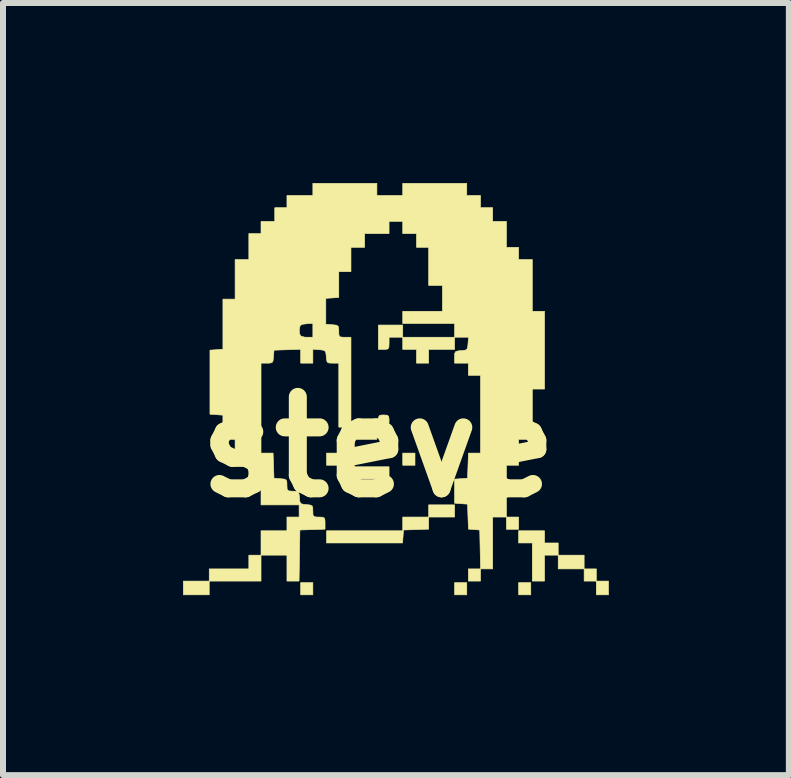
<source format=kicad_pcb>
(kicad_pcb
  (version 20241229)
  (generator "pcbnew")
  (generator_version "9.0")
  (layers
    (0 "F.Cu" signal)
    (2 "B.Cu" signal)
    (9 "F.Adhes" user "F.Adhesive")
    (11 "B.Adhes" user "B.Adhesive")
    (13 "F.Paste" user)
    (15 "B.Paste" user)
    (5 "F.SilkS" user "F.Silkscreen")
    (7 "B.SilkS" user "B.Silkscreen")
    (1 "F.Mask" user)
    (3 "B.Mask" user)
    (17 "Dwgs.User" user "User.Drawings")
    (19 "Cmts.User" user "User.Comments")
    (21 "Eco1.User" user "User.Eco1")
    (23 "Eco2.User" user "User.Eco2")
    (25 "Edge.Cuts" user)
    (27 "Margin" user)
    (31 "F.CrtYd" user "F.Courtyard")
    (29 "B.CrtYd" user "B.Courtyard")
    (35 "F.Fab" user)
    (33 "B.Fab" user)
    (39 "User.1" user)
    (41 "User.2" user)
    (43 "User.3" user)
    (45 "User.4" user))
  (footprint "steve"
    (layer "F.Cu")
    (at 3.256 4.399)
    (property "Reference" "steve" (at 0 0 0) (layer "F.SilkS") (effects (font (size 1.524 1.524) (thickness 0.3))))
    (attr through_hole)
    (fp_poly (pts (xy -2.819 2.464) (xy -3.251 2.464) (xy -3.251 2.235) (xy -2.819 2.235) (xy -2.819 2.464)) (stroke (width 0.01) (type solid)) (fill yes) (layer "F.SilkS"))
    (fp_poly (pts (xy -1.092 2.464) (xy -1.295 2.464) (xy -1.295 2.261) (xy -1.092 2.261) (xy -1.092 2.464)) (stroke (width 0.01) (type solid)) (fill yes) (layer "F.SilkS"))
    (fp_poly (pts (xy -0.66 0.305) (xy -0.864 0.305) (xy -0.864 0.102) (xy -0.66 0.102) (xy -0.66 0.305)) (stroke (width 0.01) (type solid)) (fill yes) (layer "F.SilkS"))
    (fp_poly (pts (xy -0.025 -0.127) (xy -0.432 -0.127) (xy -0.432 -0.33) (xy -0.025 -0.33) (xy -0.025 -0.127)) (stroke (width 0.01) (type solid)) (fill yes) (layer "F.SilkS"))
    (fp_poly (pts (xy 0.178 0.533) (xy -0.66 0.533) (xy -0.66 0.33) (xy 0.178 0.33) (xy 0.178 0.533)) (stroke (width 0.01) (type solid)) (fill yes) (layer "F.SilkS"))
    (fp_poly (pts (xy 0.61 0.305) (xy 0.406 0.305) (xy 0.406 0.102) (xy 0.61 0.102) (xy 0.61 0.305)) (stroke (width 0.01) (type solid)) (fill yes) (layer "F.SilkS"))
    (fp_poly (pts (xy 0.838 0.965) (xy 1.27 0.965) (xy 1.27 1.168) (xy 0.838 1.168) (xy 0.838 0.965)) (stroke (width 0.01) (type solid)) (fill yes) (layer "F.SilkS"))
    (fp_poly (pts (xy 1.473 2.464) (xy 1.27 2.464) (xy 1.27 2.261) (xy 1.473 2.261) (xy 1.473 2.464)) (stroke (width 0.01) (type solid)) (fill yes) (layer "F.SilkS"))
    (fp_poly (pts (xy 1.702 2.235) (xy 1.499 2.235) (xy 1.499 2.032) (xy 1.702 2.032) (xy 1.702 2.235)) (stroke (width 0.01) (type solid)) (fill yes) (layer "F.SilkS"))
    (fp_poly (pts (xy 2.337 1.372) (xy 2.134 1.372) (xy 2.134 1.168) (xy 2.337 1.168) (xy 2.337 1.372)) (stroke (width 0.01) (type solid)) (fill yes) (layer "F.SilkS"))
    (fp_poly (pts (xy 2.54 2.464) (xy 2.337 2.464) (xy 2.337 2.261) (xy 2.54 2.261) (xy 2.54 2.464)) (stroke (width 0.01) (type solid)) (fill yes) (layer "F.SilkS"))
    (fp_poly (pts (xy 2.997 2.032) (xy 2.997 1.803) (xy 3.429 1.803) (xy 3.429 2.032) (xy 2.997 2.032)) (stroke (width 0.01) (type solid)) (fill yes) (layer "F.SilkS"))
    (fp_poly (pts (xy 3.429 2.235) (xy 3.429 2.032) (xy 3.632 2.032) (xy 3.632 2.235) (xy 3.429 2.235)) (stroke (width 0.01) (type solid)) (fill yes) (layer "F.SilkS"))
    (fp_poly (pts (xy 3.835 2.235) (xy 3.835 2.464) (xy 3.632 2.464) (xy 3.632 2.235) (xy 3.835 2.235)) (stroke (width 0.01) (type solid)) (fill yes) (layer "F.SilkS"))
    (fp_poly (pts (xy -2.819 2.032) (xy -2.159 2.032) (xy -2.159 1.803) (xy -1.956 1.803) (xy -1.956 2.235) (xy -2.819 2.235) (xy -2.819 2.032)) (stroke (width 0.01) (type solid)) (fill yes) (layer "F.SilkS"))
    (fp_poly (pts (xy 1.27 -1.829) (xy 1.27 -1.626) (xy 0.838 -1.626) (xy 0.838 -1.397) (xy 0.635 -1.397) (xy 0.635 -1.626) (xy 0.406 -1.626) (xy 0.406 -1.829) (xy 1.27 -1.829)) (stroke (width 0.01) (type solid)) (fill yes) (layer "F.SilkS"))
    (fp_poly (pts (xy 0.178 -1.829) (xy 0.178 -1.727) (xy 0.175 -1.662) (xy 0.158 -1.633) (xy 0.115 -1.626) (xy 0.089 -1.626) (xy 0 -1.626) (xy 0 -2.032) (xy 0.406 -2.032) (xy 0.406 -1.829) (xy 0.178 -1.829)) (stroke (width 0.01) (type solid)) (fill yes) (layer "F.SilkS"))
    (fp_poly (pts (xy 0.838 1.37) (xy 0.629 1.377) (xy 0.419 1.384) (xy 0.411 1.492) (xy 0.403 1.6) (xy -0.864 1.6) (xy -0.864 1.397) (xy 0.406 1.397) (xy 0.406 1.168) (xy 0.838 1.168) (xy 0.838 1.37)) (stroke (width 0.01) (type solid)) (fill yes) (layer "F.SilkS"))
    (fp_poly (pts (xy 2.769 1.6) (xy 2.997 1.6) (xy 2.997 1.803) (xy 2.769 1.803) (xy 2.769 2.235) (xy 2.565 2.235) (xy 2.565 1.6) (xy 2.337 1.6) (xy 2.337 1.397) (xy 2.769 1.397) (xy 2.769 1.6)) (stroke (width 0.01) (type solid)) (fill yes) (layer "F.SilkS"))
    (fp_poly (pts (xy 0.146 -0.53) (xy 0.171 -0.511) (xy 0.178 -0.462) (xy 0.178 -0.432) (xy 0.175 -0.367) (xy 0.158 -0.338) (xy 0.115 -0.33) (xy 0.089 -0.33) (xy 0.032 -0.333) (xy 0.007 -0.352) (xy 0.000198 -0.402) (xy 0 -0.432) (xy 0.003 -0.497) (xy 0.019 -0.526) (xy 0.063 -0.533) (xy 0.089 -0.533) (xy 0.146 -0.53)) (stroke (width 0.01) (type solid)) (fill yes) (layer "F.SilkS"))
    (fp_poly (pts (xy 1.27 -2.057) (xy 0.406 -2.057) (xy 0.406 -2.261) (xy 1.067 -2.261) (xy 1.067 -2.692) (xy 0.838 -2.692) (xy 0.838 -3.327) (xy 0.635 -3.327) (xy 0.635 -3.556) (xy 0.406 -3.556) (xy 0.406 -3.759) (xy 0.178 -3.759) (xy 0.178 -3.556) (xy -0.229 -3.556) (xy -0.229 -3.327) (xy -0.457 -3.327) (xy -0.457 -2.921) (xy -0.66 -2.921) (xy -0.66 -2.492) (xy -0.768 -2.484) (xy -0.876 -2.477) (xy -0.876 -2.045) (xy -0.768 -2.037) (xy -0.701 -2.03) (xy -0.67 -2.012) (xy -0.661 -1.969) (xy -0.66 -1.929) (xy -0.658 -1.865) (xy -0.641 -1.836) (xy -0.594 -1.829) (xy -0.559 -1.829) (xy -0.457 -1.829) (xy -0.457 -0.33) (xy -0.66 -0.33) (xy -0.66 -1.397) (xy -0.761 -1.397) (xy -0.823 -1.399) (xy -0.854 -1.416) (xy -0.865 -1.462) (xy -0.868 -1.505) (xy -0.876 -1.573) (xy -0.895 -1.605) (xy -0.941 -1.617) (xy -0.984 -1.621) (xy -1.092 -1.629) (xy -1.092 -1.397) (xy -1.295 -1.397) (xy -1.295 -1.628) (xy -1.74 -1.613) (xy -1.748 -1.505) (xy -1.755 -1.437) (xy -1.773 -1.406) (xy -1.816 -1.397) (xy -1.856 -1.397) (xy -1.956 -1.397) (xy -1.956 0.102) (xy -1.755 0.102) (xy -1.747 0.311) (xy -1.74 0.521) (xy -1.632 0.529) (xy -1.564 0.536) (xy -1.533 0.554) (xy -1.524 0.597) (xy -1.524 0.636) (xy -1.521 0.701) (xy -1.504 0.729) (xy -1.456 0.736) (xy -1.424 0.737) (xy -1.361 0.739) (xy -1.331 0.756) (xy -1.319 0.802) (xy -1.316 0.845) (xy -1.309 0.912) (xy -1.289 0.945) (xy -1.243 0.957) (xy -1.2 0.96) (xy -1.133 0.968) (xy -1.101 0.985) (xy -1.093 1.028) (xy -1.092 1.068) (xy -1.09 1.132) (xy -1.072 1.161) (xy -1.026 1.168) (xy -0.991 1.168) (xy -0.926 1.171) (xy -0.897 1.188) (xy -0.889 1.234) (xy -0.889 1.269) (xy -0.889 1.37) (xy -1.099 1.377) (xy -1.308 1.384) (xy -1.315 1.81) (xy -1.322 2.235) (xy -1.524 2.235) (xy -1.524 1.803) (xy -1.956 1.803) (xy -1.956 1.397) (xy -1.524 1.397) (xy -1.524 1.168) (xy -1.321 1.168) (xy -1.321 0.965) (xy -1.956 0.965) (xy -1.956 0.533) (xy -2.159 0.533) (xy -2.159 0.102) (xy -2.388 0.102) (xy -2.388 -0.127) (xy -2.591 -0.127) (xy -2.591 -0.53) (xy -2.807 -0.546) (xy -2.807 -1.613) (xy -2.699 -1.621) (xy -2.591 -1.629) (xy -2.591 -1.891) (xy -1.317 -1.891) (xy -1.291 -1.847) (xy -1.229 -1.83) (xy -1.195 -1.829) (xy -1.092 -1.829) (xy -1.092 -2.06) (xy -1.2 -2.053) (xy -1.269 -2.044) (xy -1.302 -2.024) (xy -1.315 -1.984) (xy -1.316 -1.973) (xy -1.317 -1.891) (xy -2.591 -1.891) (xy -2.591 -2.464) (xy -2.388 -2.464) (xy -2.388 -3.124) (xy -2.159 -3.124) (xy -2.159 -3.556) (xy -1.956 -3.556) (xy -1.956 -3.759) (xy -1.727 -3.759) (xy -1.727 -3.988) (xy -1.524 -3.988) (xy -1.524 -4.191) (xy -1.092 -4.191) (xy -1.092 -4.394) (xy -0.025 -4.394) (xy -0.025 -4.191) (xy 0.406 -4.191) (xy 0.406 -4.394) (xy 1.473 -4.394) (xy 1.473 -4.191) (xy 1.702 -4.191) (xy 1.702 -3.988) (xy 1.905 -3.988) (xy 1.905 -3.759) (xy 2.134 -3.759) (xy 2.134 -3.327) (xy 2.337 -3.327) (xy 2.337 -3.124) (xy 2.565 -3.124) (xy 2.565 -2.261) (xy 2.769 -2.261) (xy 2.769 -0.965) (xy 2.565 -0.965) (xy 2.565 -0.127) (xy 2.337 -0.127) (xy 2.337 0.305) (xy 2.134 0.305) (xy 2.134 1.168) (xy 1.905 1.168) (xy 1.905 2.032) (xy 1.703 2.032) (xy 1.696 1.708) (xy 1.689 1.384) (xy 1.595 1.376) (xy 1.501 1.369) (xy 1.493 1.161) (xy 1.486 0.953) (xy 1.378 0.945) (xy 1.27 0.937) (xy 1.27 0.536) (xy 1.486 0.521) (xy 1.501 0.102) (xy 1.702 0.102) (xy 1.702 -1.194) (xy 1.499 -1.194) (xy 1.499 -1.397) (xy 1.27 -1.397) (xy 1.27 -1.497) (xy 1.272 -1.56) (xy 1.289 -1.59) (xy 1.335 -1.602) (xy 1.378 -1.605) (xy 1.446 -1.612) (xy 1.478 -1.632) (xy 1.49 -1.678) (xy 1.494 -1.721) (xy 1.502 -1.829) (xy 1.27 -1.829) (xy 1.27 -2.057)) (stroke (width 0.01) (type solid)) (fill yes) (layer "F.SilkS")))
  (gr_rect
    (start -3 -3)
    (end 10.097 9.868)
    (stroke (width 0.1) (type default))
    (fill no)
    (layer "Edge.Cuts")))
</source>
